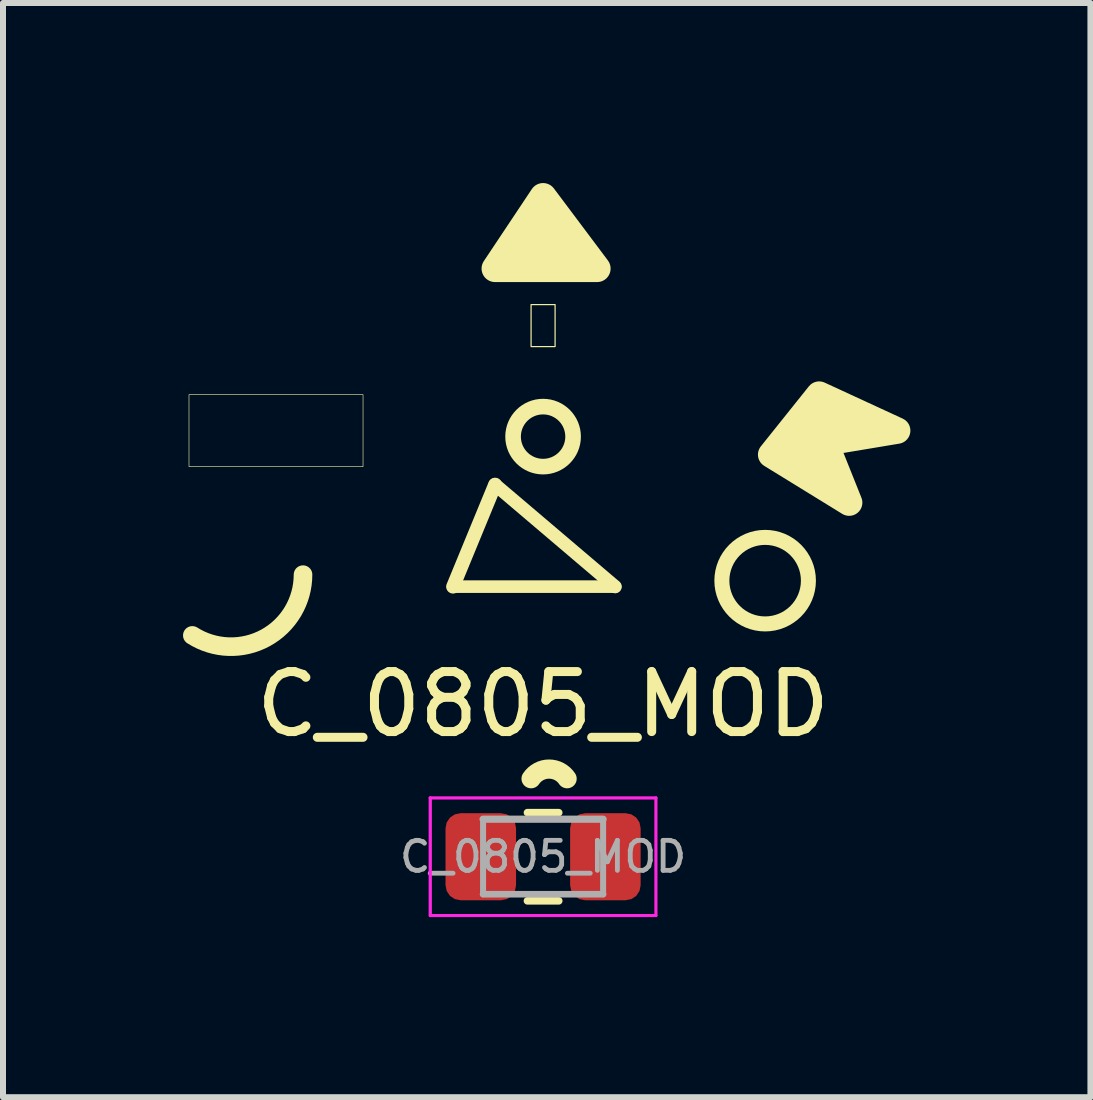
<source format=kicad_pcb>
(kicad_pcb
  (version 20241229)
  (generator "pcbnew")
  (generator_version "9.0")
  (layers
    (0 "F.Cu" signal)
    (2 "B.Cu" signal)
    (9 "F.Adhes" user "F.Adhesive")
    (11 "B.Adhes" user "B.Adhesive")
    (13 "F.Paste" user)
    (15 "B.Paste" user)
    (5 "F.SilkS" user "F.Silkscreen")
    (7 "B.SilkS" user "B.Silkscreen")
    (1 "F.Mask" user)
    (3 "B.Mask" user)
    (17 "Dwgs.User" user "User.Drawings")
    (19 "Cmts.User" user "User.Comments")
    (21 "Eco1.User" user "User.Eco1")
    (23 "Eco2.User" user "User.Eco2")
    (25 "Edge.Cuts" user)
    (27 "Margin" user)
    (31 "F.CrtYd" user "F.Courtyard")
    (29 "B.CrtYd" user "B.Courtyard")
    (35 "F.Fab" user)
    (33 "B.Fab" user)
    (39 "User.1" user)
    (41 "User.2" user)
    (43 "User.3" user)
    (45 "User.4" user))
  (footprint "C_0805_MOD"
    (layer "F.Cu")
    (at 5.999 11.225)
    (property "Reference" "C_0805_MOD" (at 0 -2.54 0) (layer "F.SilkS") (effects (font (size 1 1) (thickness 0.15))))
    (attr smd)
    (fp_line (start -1.5 -4.5) (end 1.2 -4.5) (stroke (width 0.21) (type solid)) (layer "F.SilkS"))
    (fp_line (start -0.8 -6.2) (end -1.5 -4.5) (stroke (width 0.23) (type solid)) (layer "F.SilkS"))
    (fp_line (start -0.261 -0.735) (end 0.261 -0.735) (stroke (width 0.125) (type solid)) (layer "F.SilkS"))
    (fp_line (start -0.261 0.735) (end 0.261 0.735) (stroke (width 0.126) (type solid)) (layer "F.SilkS"))
    (fp_line (start 1.2 -4.5) (end -0.8 -6.2) (stroke (width 0.22) (type solid)) (layer "F.SilkS"))
    (fp_rect (start -5.9 -7.7) (end -3 -6.5) (stroke (width 0.01) (type solid)) (fill no) (layer "F.SilkS"))
    (fp_rect (start -0.2 -9.2) (end 0.2 -8.5) (stroke (width 0.02) (type solid)) (fill no) (layer "F.SilkS"))
    (fp_arc (start -4 -4.7) (mid -4.622463 -3.647916) (end -5.844251 -3.687606) (stroke (width 0.31) (type solid)) (layer "F.SilkS"))
    (fp_arc (start -0.2 -1.3) (mid 0.1 -1.460522) (end 0.4 -1.3) (stroke (width 0.32) (type solid)) (layer "F.SilkS"))
    (fp_circle (center 0 -7) (end 0.5 -7) (stroke (width 0.26) (type solid)) (fill no) (layer "F.SilkS"))
    (fp_circle (center 3.7 -4.6) (end 4.421 -4.6) (stroke (width 0.25) (type solid)) (fill no) (layer "F.SilkS"))
    (fp_poly (pts (xy 0.9 -9.8) (xy -0.8 -9.8) (xy 0 -11)) (stroke (width 0.45) (type solid)) (fill yes) (layer "F.SilkS"))
    (fp_poly (pts (xy 5.9 -7.1) (xy 4.7 -6.9) (xy 5.1 -5.9) (xy 3.8 -6.7) (xy 4.6 -7.7)) (stroke (width 0.44) (type solid)) (fill yes) (layer "F.SilkS"))
    (fp_line (start -1.88 -0.98) (end 1.88 -0.98) (stroke (width 0.053) (type solid)) (layer "F.CrtYd"))
    (fp_line (start -1.88 0.98) (end -1.88 -0.98) (stroke (width 0.054) (type solid)) (layer "F.CrtYd"))
    (fp_line (start 1.88 -0.98) (end 1.88 0.98) (stroke (width 0.052) (type solid)) (layer "F.CrtYd"))
    (fp_line (start 1.88 0.98) (end -1.88 0.98) (stroke (width 0.051) (type solid)) (layer "F.CrtYd"))
    (fp_line (start -1 -0.625) (end 1 -0.625) (stroke (width 0.12) (type solid)) (layer "F.Fab"))
    (fp_line (start -1 0.625) (end -1 -0.625) (stroke (width 0.1) (type solid)) (layer "F.Fab"))
    (fp_line (start 1 -0.625) (end 1 0.625) (stroke (width 0.1) (type solid)) (layer "F.Fab"))
    (fp_line (start 1 0.625) (end -1 0.625) (stroke (width 0.11) (type solid)) (layer "F.Fab"))
    (fp_text user "${REFERENCE}" (at 0 0 0) (layer "F.Fab") (effects (font (size 0.5 0.5) (thickness 0.08))))
    (pad "1" smd roundrect (at -1.038 0) (size 1.175 1.45) (layers "F.Cu" "F.Mask" "F.Paste") (roundrect_rratio 0.213))
    (pad "2" smd roundrect (at 1.038 0) (size 1.175 1.45) (layers "F.Cu" "F.Mask" "F.Paste") (roundrect_rratio 0.213))
    (zone (net_name "") (layer "F.Cu") (hatch edge 0.508) (connect_pads) (min_thickness 0.254) (filled_areas_thickness no) (keepout (tracks not_allowed) (vias not_allowed) (pads not_allowed) (copperpour allowed) (footprints allowed)) (placement (enabled no)) (fill) (polygon (pts (xy 6.999 9.125) (xy 5.399 9.125) (xy 4.599 8.325) (xy 4.599 7.525) (xy 6.999 7.525))))
    (zone (net_name "") (layer "F.Cu") (hatch edge 0.508) (connect_pads) (min_thickness 0.254) (filled_areas_thickness no) (keepout (tracks not_allowed) (vias not_allowed) (pads not_allowed) (copperpour allowed) (footprints allowed)) (placement (enabled no)) (fill) (polygon (pts (xy 11.099 10.625) (xy 10.299 11.425) (xy 8.899 11.425) (xy 8.899 8.725) (xy 11.099 8.725)))))
  (gr_rect
    (start -3 -3)
    (end 15.119 15.232)
    (stroke (width 0.1) (type default))
    (fill no)
    (layer "Edge.Cuts")))
</source>
